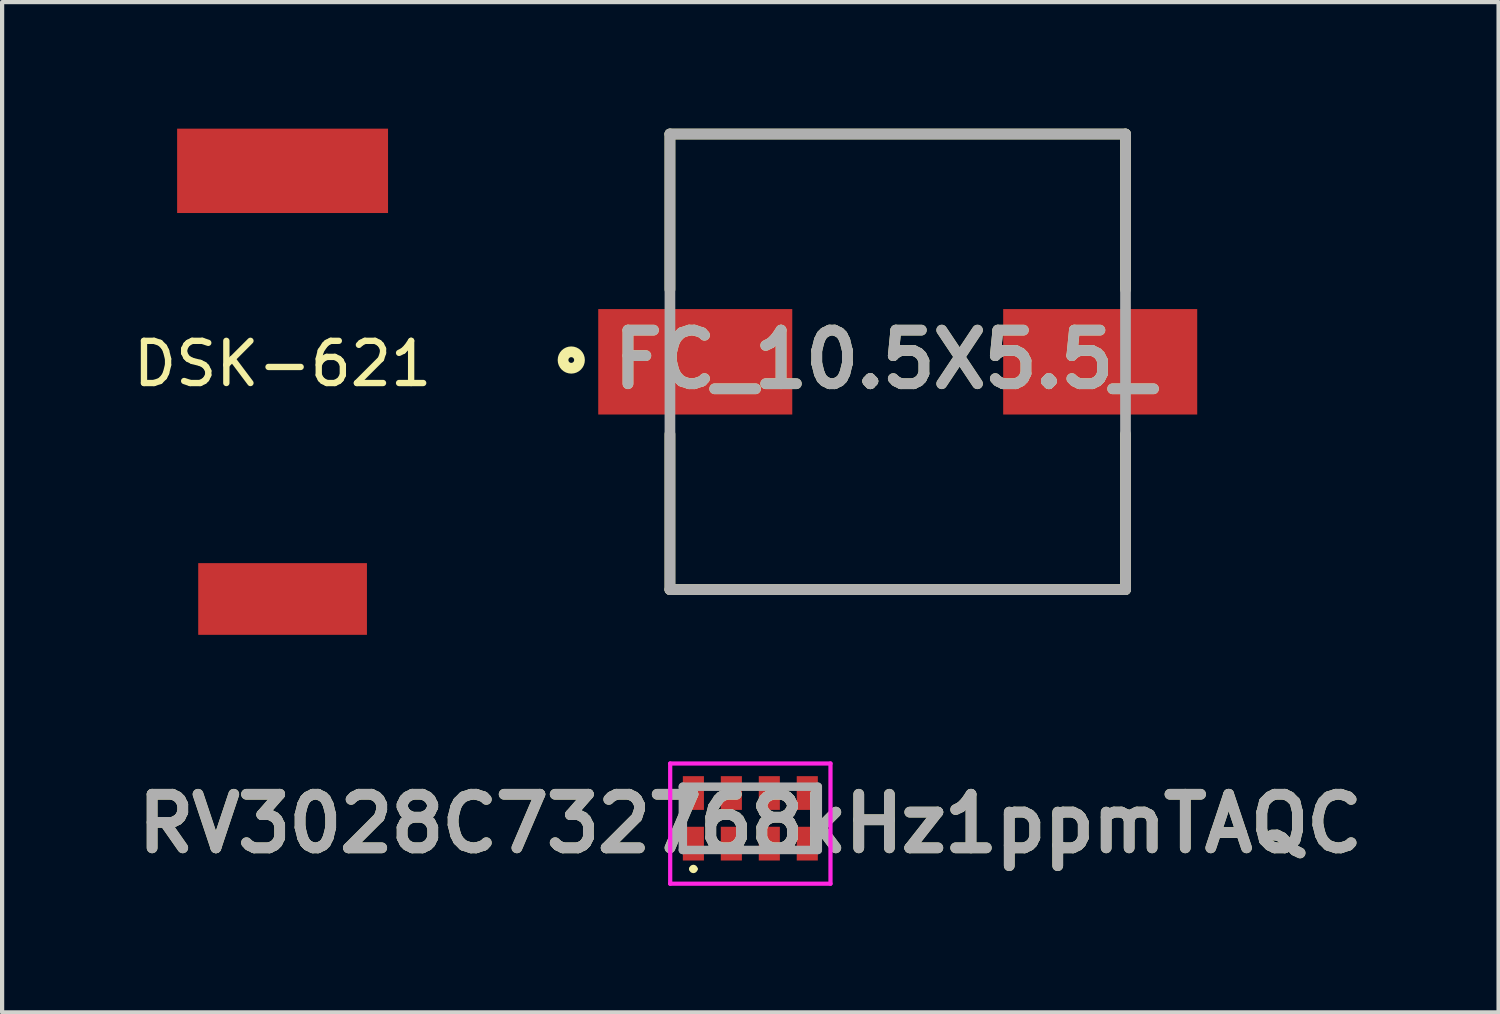
<source format=kicad_pcb>
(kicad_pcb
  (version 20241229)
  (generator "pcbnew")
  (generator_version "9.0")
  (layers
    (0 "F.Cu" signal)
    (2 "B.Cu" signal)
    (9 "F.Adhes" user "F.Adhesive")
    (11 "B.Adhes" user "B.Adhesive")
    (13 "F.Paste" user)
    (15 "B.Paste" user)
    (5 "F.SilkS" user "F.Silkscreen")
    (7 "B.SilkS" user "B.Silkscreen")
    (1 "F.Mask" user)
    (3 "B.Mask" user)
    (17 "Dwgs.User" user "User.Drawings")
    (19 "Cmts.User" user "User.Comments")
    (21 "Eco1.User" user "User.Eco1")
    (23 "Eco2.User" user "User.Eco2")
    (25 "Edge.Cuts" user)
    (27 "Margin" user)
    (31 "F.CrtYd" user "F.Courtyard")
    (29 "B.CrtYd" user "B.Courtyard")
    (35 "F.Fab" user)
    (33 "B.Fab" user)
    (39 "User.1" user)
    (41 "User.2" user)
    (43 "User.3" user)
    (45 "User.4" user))
  (footprint "RV3028C732768kHz1ppmTAQC"
    (layer "F.Cu")
    (at 14.738 16.35)
    (property "Reference" "RV3028C732768kHz1ppmTAQC" (at 0 0.125 0) (layer "F.SilkS") (effects (font (size 1.27 1.27) (thickness 0.254))))
    (attr smd)
    (fp_line (start -1.4 1.2) (end -1.4 1.2) (stroke (width 0.1) (type solid)) (layer "F.SilkS"))
    (fp_line (start -1.3 1.2) (end -1.3 1.2) (stroke (width 0.1) (type solid)) (layer "F.SilkS"))
    (fp_arc (start -1.4 1.2) (mid -1.35 1.15) (end -1.3 1.2) (stroke (width 0.1) (type solid)) (layer "F.SilkS"))
    (fp_arc (start -1.3 1.2) (mid -1.35 1.25) (end -1.4 1.2) (stroke (width 0.1) (type solid)) (layer "F.SilkS"))
    (fp_line (start -1.9 -1.3) (end 1.9 -1.3) (stroke (width 0.1) (type solid)) (layer "F.CrtYd"))
    (fp_line (start -1.9 1.55) (end -1.9 -1.3) (stroke (width 0.1) (type solid)) (layer "F.CrtYd"))
    (fp_line (start 1.9 -1.3) (end 1.9 1.55) (stroke (width 0.1) (type solid)) (layer "F.CrtYd"))
    (fp_line (start 1.9 1.55) (end -1.9 1.55) (stroke (width 0.1) (type solid)) (layer "F.CrtYd"))
    (fp_line (start -1.6 -0.75) (end 1.6 -0.75) (stroke (width 0.2) (type solid)) (layer "F.Fab"))
    (fp_line (start -1.6 0.75) (end -1.6 -0.75) (stroke (width 0.2) (type solid)) (layer "F.Fab"))
    (fp_line (start 1.6 -0.75) (end 1.6 0.75) (stroke (width 0.2) (type solid)) (layer "F.Fab"))
    (fp_line (start 1.6 0.75) (end -1.6 0.75) (stroke (width 0.2) (type solid)) (layer "F.Fab"))
    (fp_text user "${REFERENCE}" (at 0 0.125 0) (layer "F.Fab") (effects (font (size 1.27 1.27) (thickness 0.254))))
    (pad "1" smd rect (at -1.35 0.6) (size 0.5 0.8) (layers "F.Cu" "F.Mask" "F.Paste"))
    (pad "2" smd rect (at -0.45 0.6) (size 0.5 0.8) (layers "F.Cu" "F.Mask" "F.Paste"))
    (pad "3" smd rect (at 0.45 0.6) (size 0.5 0.8) (layers "F.Cu" "F.Mask" "F.Paste"))
    (pad "4" smd rect (at 1.35 0.6) (size 0.5 0.8) (layers "F.Cu" "F.Mask" "F.Paste"))
    (pad "5" smd rect (at 1.35 -0.6) (size 0.5 0.8) (layers "F.Cu" "F.Mask" "F.Paste"))
    (pad "6" smd rect (at 0.45 -0.6) (size 0.5 0.8) (layers "F.Cu" "F.Mask" "F.Paste"))
    (pad "7" smd rect (at -0.45 -0.6) (size 0.5 0.8) (layers "F.Cu" "F.Mask" "F.Paste"))
    (pad "8" smd rect (at -1.35 -0.6) (size 0.5 0.8) (layers "F.Cu" "F.Mask" "F.Paste")))
  (footprint "DSK-621"
    (layer "F.Cu")
    (at 3.649 6.075)
    (property "Reference" "DSK-621" (at 0 -0.5 0) (unlocked yes) (layer "F.SilkS") (effects (font (size 1 1) (thickness 0.15))))
    (pad "1" smd rect (at 0 -5.075) (size 5 2) (layers "F.Cu" "F.Mask" "F.Paste"))
    (pad "2" smd rect (at 0 5.075) (size 4 1.7) (layers "F.Cu" "F.Mask" "F.Paste")))
  (footprint "FC_10.5X5.5_"
    (layer "F.Cu")
    (at 18.232 5.527)
    (property "Reference" "FC_10.5X5.5_" (at -0.317 -0.055 0) (layer "F.SilkS") (effects (font (size 1.27 1.27) (thickness 0.254))))
    (attr smd)
    (fp_line (start -5.4 -5.4) (end -5.4 -1.714) (stroke (width 0.254) (type solid)) (layer "F.SilkS"))
    (fp_line (start -5.4 -5.4) (end 5.4 -5.4) (stroke (width 0.254) (type solid)) (layer "F.SilkS"))
    (fp_line (start -5.4 5.4) (end -5.4 1.714) (stroke (width 0.254) (type solid)) (layer "F.SilkS"))
    (fp_line (start 5.4 -5.4) (end 5.4 -1.714) (stroke (width 0.254) (type solid)) (layer "F.SilkS"))
    (fp_line (start 5.4 5.4) (end -5.4 5.4) (stroke (width 0.254) (type solid)) (layer "F.SilkS"))
    (fp_line (start 5.4 5.4) (end 5.4 1.714) (stroke (width 0.254) (type solid)) (layer "F.SilkS"))
    (fp_circle (center -7.739 -0.042) (end -7.739 0.026) (stroke (width 0.254) (type solid)) (fill no) (layer "F.SilkS"))
    (fp_line (start -5.4 -5.4) (end 5.4 -5.4) (stroke (width 0.254) (type solid)) (layer "F.Fab"))
    (fp_line (start -5.4 5.4) (end -5.4 -5.4) (stroke (width 0.254) (type solid)) (layer "F.Fab"))
    (fp_line (start 5.4 -5.4) (end 5.4 5.4) (stroke (width 0.254) (type solid)) (layer "F.Fab"))
    (fp_line (start 5.4 5.4) (end -5.4 5.4) (stroke (width 0.254) (type solid)) (layer "F.Fab"))
    (fp_text user "${REFERENCE}" (at -0.317 -0.055 0) (layer "F.Fab") (effects (font (size 1.27 1.27) (thickness 0.254))))
    (pad "1" smd rect (at -4.8 0 90) (size 2.5 4.6) (layers "F.Cu" "F.Mask" "F.Paste"))
    (pad "2" smd rect (at 4.8 0 90) (size 2.5 4.6) (layers "F.Cu" "F.Mask" "F.Paste")))
  (gr_rect
    (start -3 -3)
    (end 32.476 20.95)
    (stroke (width 0.1) (type default))
    (fill no)
    (layer "Edge.Cuts")))
</source>
